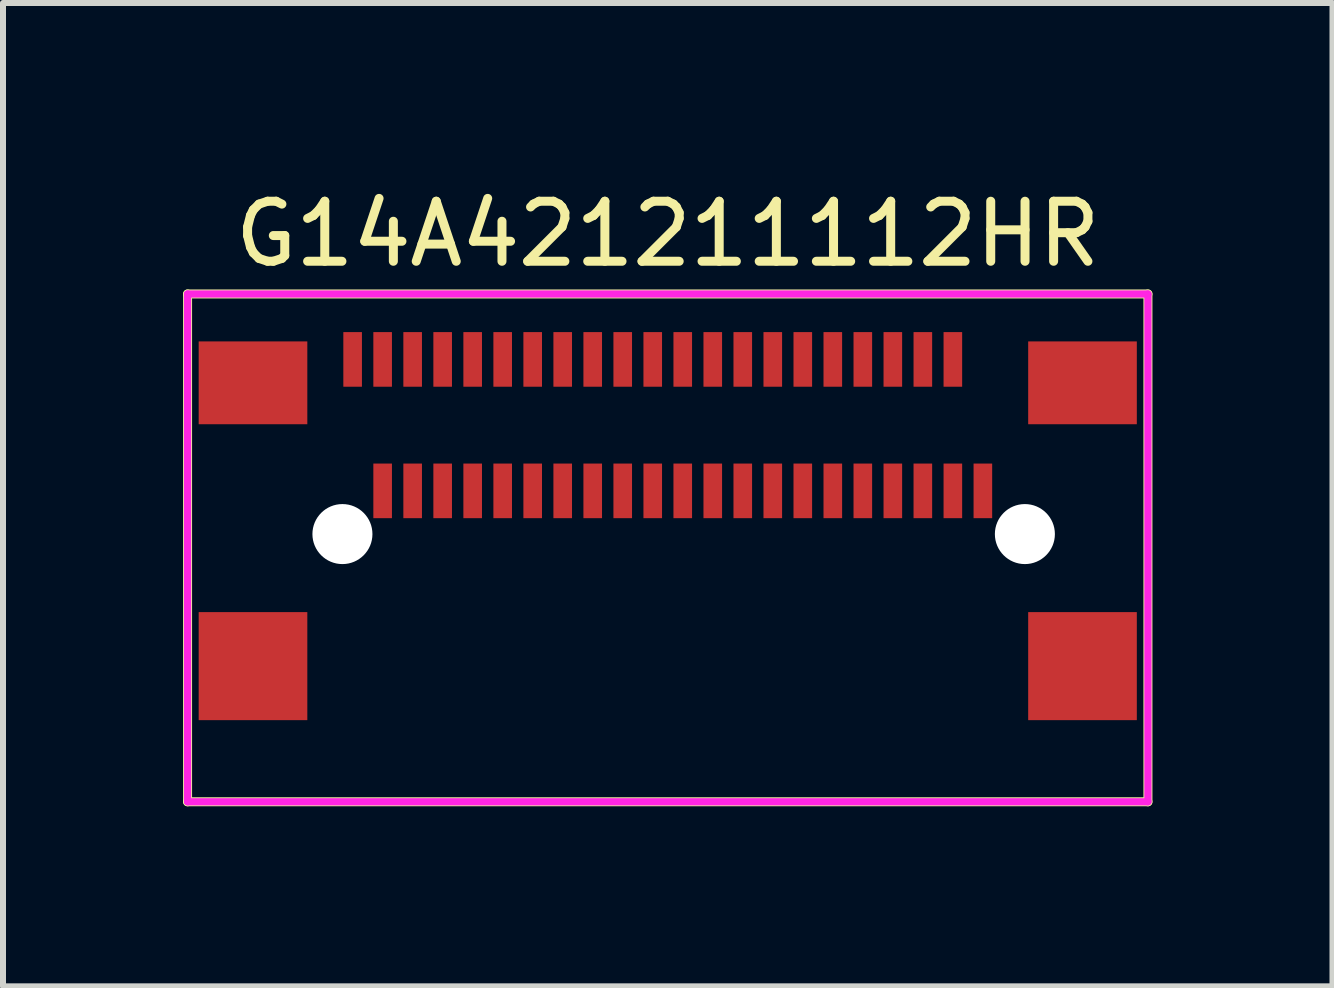
<source format=kicad_pcb>
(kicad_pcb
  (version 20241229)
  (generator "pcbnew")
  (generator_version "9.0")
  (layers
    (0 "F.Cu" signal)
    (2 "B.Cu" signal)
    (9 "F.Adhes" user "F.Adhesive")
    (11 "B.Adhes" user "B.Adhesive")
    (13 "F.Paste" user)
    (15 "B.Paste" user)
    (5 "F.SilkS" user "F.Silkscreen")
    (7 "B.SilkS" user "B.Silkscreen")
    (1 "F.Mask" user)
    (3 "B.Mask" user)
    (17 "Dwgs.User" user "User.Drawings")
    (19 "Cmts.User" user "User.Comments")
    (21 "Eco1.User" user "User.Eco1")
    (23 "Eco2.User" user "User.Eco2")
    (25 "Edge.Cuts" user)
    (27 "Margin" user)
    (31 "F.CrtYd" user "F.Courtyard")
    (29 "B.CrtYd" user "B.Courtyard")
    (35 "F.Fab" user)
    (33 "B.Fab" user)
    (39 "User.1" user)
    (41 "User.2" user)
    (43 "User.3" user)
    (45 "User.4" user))
  (footprint "G14A421211112HR"
    (layer "F.Cu")
    (at 8.075 5.848)
    (property "Reference" "G14A421211112HR" (at 0 -5 0) (layer "F.SilkS") (effects (font (size 1 1) (thickness 0.15))))
    (attr through_hole)
    (fp_line (start -8 -4) (end -8 4.46) (stroke (width 0.15) (type solid)) (layer "F.SilkS"))
    (fp_line (start -8 4.46) (end 8 4.46) (stroke (width 0.15) (type solid)) (layer "F.SilkS"))
    (fp_line (start 8 -4) (end -8 -4) (stroke (width 0.15) (type solid)) (layer "F.SilkS"))
    (fp_line (start 8 4.46) (end 8 -4) (stroke (width 0.15) (type solid)) (layer "F.SilkS"))
    (fp_line (start -8 -4) (end 8 -4) (stroke (width 0.12) (type solid)) (layer "F.CrtYd"))
    (fp_line (start -8 4.46) (end -8 -4) (stroke (width 0.12) (type solid)) (layer "F.CrtYd"))
    (fp_line (start 8 -4) (end 8 4.46) (stroke (width 0.12) (type solid)) (layer "F.CrtYd"))
    (fp_line (start 8 4.46) (end -8 4.46) (stroke (width 0.12) (type solid)) (layer "F.CrtYd"))
    (pad "" np_thru_hole circle (at -5.42 0) (size 1 1) (drill 1) (layers "*.Cu" "*.Mask"))
    (pad "" np_thru_hole circle (at 5.95 0) (size 1 1) (drill 1) (layers "*.Cu" "*.Mask"))
    (pad "A1" smd rect (at -4.75 -0.72) (size 0.31 0.91) (layers "F.Cu" "F.Mask" "F.Paste"))
    (pad "A2" smd rect (at -4.25 -0.72) (size 0.31 0.91) (layers "F.Cu" "F.Mask" "F.Paste"))
    (pad "A3" smd rect (at -3.75 -0.72) (size 0.31 0.91) (layers "F.Cu" "F.Mask" "F.Paste"))
    (pad "A4" smd rect (at -3.25 -0.72) (size 0.31 0.91) (layers "F.Cu" "F.Mask" "F.Paste"))
    (pad "A5" smd rect (at -2.75 -0.72) (size 0.31 0.91) (layers "F.Cu" "F.Mask" "F.Paste"))
    (pad "A6" smd rect (at -2.25 -0.72) (size 0.31 0.91) (layers "F.Cu" "F.Mask" "F.Paste"))
    (pad "A7" smd rect (at -1.75 -0.72) (size 0.31 0.91) (layers "F.Cu" "F.Mask" "F.Paste"))
    (pad "A8" smd rect (at -1.25 -0.72) (size 0.31 0.91) (layers "F.Cu" "F.Mask" "F.Paste"))
    (pad "A9" smd rect (at -0.75 -0.72) (size 0.31 0.91) (layers "F.Cu" "F.Mask" "F.Paste"))
    (pad "A10" smd rect (at -0.25 -0.72) (size 0.31 0.91) (layers "F.Cu" "F.Mask" "F.Paste"))
    (pad "A11" smd rect (at 0.25 -0.72) (size 0.31 0.91) (layers "F.Cu" "F.Mask" "F.Paste"))
    (pad "A12" smd rect (at 0.75 -0.72) (size 0.31 0.91) (layers "F.Cu" "F.Mask" "F.Paste"))
    (pad "A13" smd rect (at 1.25 -0.72) (size 0.31 0.91) (layers "F.Cu" "F.Mask" "F.Paste"))
    (pad "A14" smd rect (at 1.75 -0.72) (size 0.31 0.91) (layers "F.Cu" "F.Mask" "F.Paste"))
    (pad "A15" smd rect (at 2.25 -0.72) (size 0.31 0.91) (layers "F.Cu" "F.Mask" "F.Paste"))
    (pad "A16" smd rect (at 2.75 -0.72) (size 0.31 0.91) (layers "F.Cu" "F.Mask" "F.Paste"))
    (pad "A17" smd rect (at 3.25 -0.72) (size 0.31 0.91) (layers "F.Cu" "F.Mask" "F.Paste"))
    (pad "A18" smd rect (at 3.75 -0.72) (size 0.31 0.91) (layers "F.Cu" "F.Mask" "F.Paste"))
    (pad "A19" smd rect (at 4.25 -0.72) (size 0.31 0.91) (layers "F.Cu" "F.Mask" "F.Paste"))
    (pad "A20" smd rect (at 4.75 -0.72) (size 0.31 0.91) (layers "F.Cu" "F.Mask" "F.Paste"))
    (pad "A21" smd rect (at 5.25 -0.72) (size 0.31 0.91) (layers "F.Cu" "F.Mask" "F.Paste"))
    (pad "B1" smd rect (at -5.25 -2.91) (size 0.31 0.91) (layers "F.Cu" "F.Mask" "F.Paste"))
    (pad "B2" smd rect (at -4.75 -2.91) (size 0.31 0.91) (layers "F.Cu" "F.Mask" "F.Paste"))
    (pad "B3" smd rect (at -4.25 -2.91) (size 0.31 0.91) (layers "F.Cu" "F.Mask" "F.Paste"))
    (pad "B4" smd rect (at -3.75 -2.91) (size 0.31 0.91) (layers "F.Cu" "F.Mask" "F.Paste"))
    (pad "B5" smd rect (at -3.25 -2.91) (size 0.31 0.91) (layers "F.Cu" "F.Mask" "F.Paste"))
    (pad "B6" smd rect (at -2.75 -2.91) (size 0.31 0.91) (layers "F.Cu" "F.Mask" "F.Paste"))
    (pad "B7" smd rect (at -2.25 -2.91) (size 0.31 0.91) (layers "F.Cu" "F.Mask" "F.Paste"))
    (pad "B8" smd rect (at -1.75 -2.91) (size 0.31 0.91) (layers "F.Cu" "F.Mask" "F.Paste"))
    (pad "B9" smd rect (at -1.25 -2.91) (size 0.31 0.91) (layers "F.Cu" "F.Mask" "F.Paste"))
    (pad "B10" smd rect (at -0.75 -2.91) (size 0.31 0.91) (layers "F.Cu" "F.Mask" "F.Paste"))
    (pad "B11" smd rect (at -0.25 -2.91) (size 0.31 0.91) (layers "F.Cu" "F.Mask" "F.Paste"))
    (pad "B12" smd rect (at 0.25 -2.91) (size 0.31 0.91) (layers "F.Cu" "F.Mask" "F.Paste"))
    (pad "B13" smd rect (at 0.75 -2.91) (size 0.31 0.91) (layers "F.Cu" "F.Mask" "F.Paste"))
    (pad "B14" smd rect (at 1.25 -2.91) (size 0.31 0.91) (layers "F.Cu" "F.Mask" "F.Paste"))
    (pad "B15" smd rect (at 1.75 -2.91) (size 0.31 0.91) (layers "F.Cu" "F.Mask" "F.Paste"))
    (pad "B16" smd rect (at 2.25 -2.91) (size 0.31 0.91) (layers "F.Cu" "F.Mask" "F.Paste"))
    (pad "B17" smd rect (at 2.75 -2.91) (size 0.31 0.91) (layers "F.Cu" "F.Mask" "F.Paste"))
    (pad "B18" smd rect (at 3.25 -2.91) (size 0.31 0.91) (layers "F.Cu" "F.Mask" "F.Paste"))
    (pad "B19" smd rect (at 3.75 -2.91) (size 0.31 0.91) (layers "F.Cu" "F.Mask" "F.Paste"))
    (pad "B20" smd rect (at 4.25 -2.91) (size 0.31 0.91) (layers "F.Cu" "F.Mask" "F.Paste"))
    (pad "B21" smd rect (at 4.75 -2.91) (size 0.31 0.91) (layers "F.Cu" "F.Mask" "F.Paste"))
    (pad "S" smd rect (at -6.91 -2.52) (size 1.81 1.38) (layers "F.Cu" "F.Mask" "F.Paste"))
    (pad "S" smd rect (at -6.91 2.2) (size 1.81 1.8) (layers "F.Cu" "F.Mask" "F.Paste"))
    (pad "S" smd rect (at 6.91 -2.52) (size 1.81 1.38) (layers "F.Cu" "F.Mask" "F.Paste"))
    (pad "S" smd rect (at 6.91 2.2) (size 1.81 1.8) (layers "F.Cu" "F.Mask" "F.Paste")))
  (gr_rect
    (start -3 -3)
    (end 19.15 13.383)
    (stroke (width 0.1) (type default))
    (fill no)
    (layer "Edge.Cuts")))
</source>
